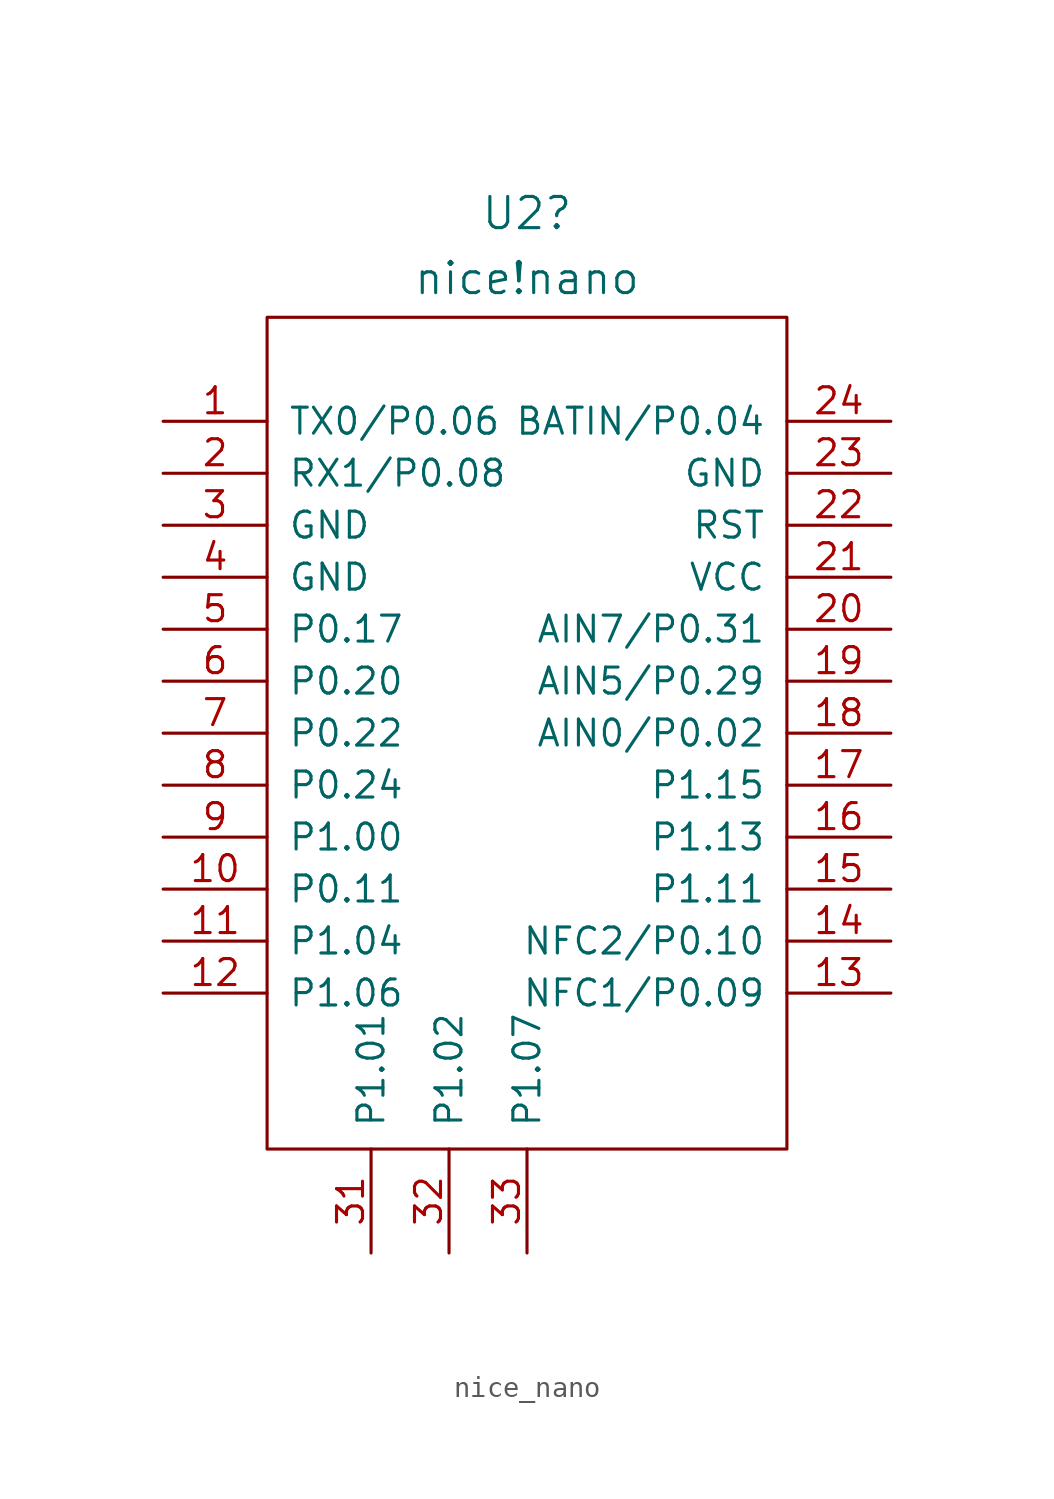
<source format=kicad_sym>
(kicad_symbol_lib
  (version 20231120)
  (generator "kicad_symbol_editor")
  (generator_version "8.0")
  (symbol "nice_nano"
    (pin_names
      (offset 1.016))
    (property "Reference" "U2"
      (at 0 24.13 0)
      (effects (font (size 1.524 1.524))))
    (property "Value" "nice!nano"
      (at 0 20.955 0)
      (effects (font (size 1.524 1.524))))
    (symbol "nice_nano_0_1"
      (rectangle (start -12.7 -21.59) (end 12.7 19.05) (stroke (width 0) (type default)) (fill (type none))))
    (symbol "nice_nano_1_1"
      (pin input line (at -17.78 13.97 0) (length 5.08) (name "TX0/P0.06" (effects (font (size 1.27 1.27)))) (number "1" (effects (font (size 1.27 1.27)))))
      (pin input line (at -17.78 -8.89 0) (length 5.08) (name "P0.11" (effects (font (size 1.27 1.27)))) (number "10" (effects (font (size 1.27 1.27)))))
      (pin input line (at -17.78 -11.43 0) (length 5.08) (name "P1.04" (effects (font (size 1.27 1.27)))) (number "11" (effects (font (size 1.27 1.27)))))
      (pin input line (at -17.78 -13.97 0) (length 5.08) (name "P1.06" (effects (font (size 1.27 1.27)))) (number "12" (effects (font (size 1.27 1.27)))))
      (pin input line (at 17.78 -13.97 180) (length 5.08) (name "NFC1/P0.09" (effects (font (size 1.27 1.27)))) (number "13" (effects (font (size 1.27 1.27)))))
      (pin input line (at 17.78 -11.43 180) (length 5.08) (name "NFC2/P0.10" (effects (font (size 1.27 1.27)))) (number "14" (effects (font (size 1.27 1.27)))))
      (pin input line (at 17.78 -8.89 180) (length 5.08) (name "P1.11" (effects (font (size 1.27 1.27)))) (number "15" (effects (font (size 1.27 1.27)))))
      (pin input line (at 17.78 -6.35 180) (length 5.08) (name "P1.13" (effects (font (size 1.27 1.27)))) (number "16" (effects (font (size 1.27 1.27)))))
      (pin input line (at 17.78 -3.81 180) (length 5.08) (name "P1.15" (effects (font (size 1.27 1.27)))) (number "17" (effects (font (size 1.27 1.27)))))
      (pin input line (at 17.78 -1.27 180) (length 5.08) (name "AIN0/P0.02" (effects (font (size 1.27 1.27)))) (number "18" (effects (font (size 1.27 1.27)))))
      (pin input line (at 17.78 1.27 180) (length 5.08) (name "AIN5/P0.29" (effects (font (size 1.27 1.27)))) (number "19" (effects (font (size 1.27 1.27)))))
      (pin input line (at -17.78 11.43 0) (length 5.08) (name "RX1/P0.08" (effects (font (size 1.27 1.27)))) (number "2" (effects (font (size 1.27 1.27)))))
      (pin input line (at 17.78 3.81 180) (length 5.08) (name "AIN7/P0.31" (effects (font (size 1.27 1.27)))) (number "20" (effects (font (size 1.27 1.27)))))
      (pin input line (at 17.78 6.35 180) (length 5.08) (name "VCC" (effects (font (size 1.27 1.27)))) (number "21" (effects (font (size 1.27 1.27)))))
      (pin input line (at 17.78 8.89 180) (length 5.08) (name "RST" (effects (font (size 1.27 1.27)))) (number "22" (effects (font (size 1.27 1.27)))))
      (pin input line (at 17.78 11.43 180) (length 5.08) (name "GND" (effects (font (size 1.27 1.27)))) (number "23" (effects (font (size 1.27 1.27)))))
      (pin input line (at 17.78 13.97 180) (length 5.08) (name "BATIN/P0.04" (effects (font (size 1.27 1.27)))) (number "24" (effects (font (size 1.27 1.27)))))
      (pin input line (at -17.78 8.89 0) (length 5.08) (name "GND" (effects (font (size 1.27 1.27)))) (number "3" (effects (font (size 1.27 1.27)))))
      (pin input line (at -7.62 -26.67 90) (length 5.08) (name "P1.01" (effects (font (size 1.27 1.27)))) (number "31" (effects (font (size 1.27 1.27)))))
      (pin input line (at -3.81 -26.67 90) (length 5.08) (name "P1.02" (effects (font (size 1.27 1.27)))) (number "32" (effects (font (size 1.27 1.27)))))
      (pin input line (at 0 -26.67 90) (length 5.08) (name "P1.07" (effects (font (size 1.27 1.27)))) (number "33" (effects (font (size 1.27 1.27)))))
      (pin input line (at -17.78 6.35 0) (length 5.08) (name "GND" (effects (font (size 1.27 1.27)))) (number "4" (effects (font (size 1.27 1.27)))))
      (pin input line (at -17.78 3.81 0) (length 5.08) (name "P0.17" (effects (font (size 1.27 1.27)))) (number "5" (effects (font (size 1.27 1.27)))))
      (pin input line (at -17.78 1.27 0) (length 5.08) (name "P0.20" (effects (font (size 1.27 1.27)))) (number "6" (effects (font (size 1.27 1.27)))))
      (pin input line (at -17.78 -1.27 0) (length 5.08) (name "P0.22" (effects (font (size 1.27 1.27)))) (number "7" (effects (font (size 1.27 1.27)))))
      (pin input line (at -17.78 -3.81 0) (length 5.08) (name "P0.24" (effects (font (size 1.27 1.27)))) (number "8" (effects (font (size 1.27 1.27)))))
      (pin input line (at -17.78 -6.35 0) (length 5.08) (name "P1.00" (effects (font (size 1.27 1.27)))) (number "9" (effects (font (size 1.27 1.27))))))))
</source>
